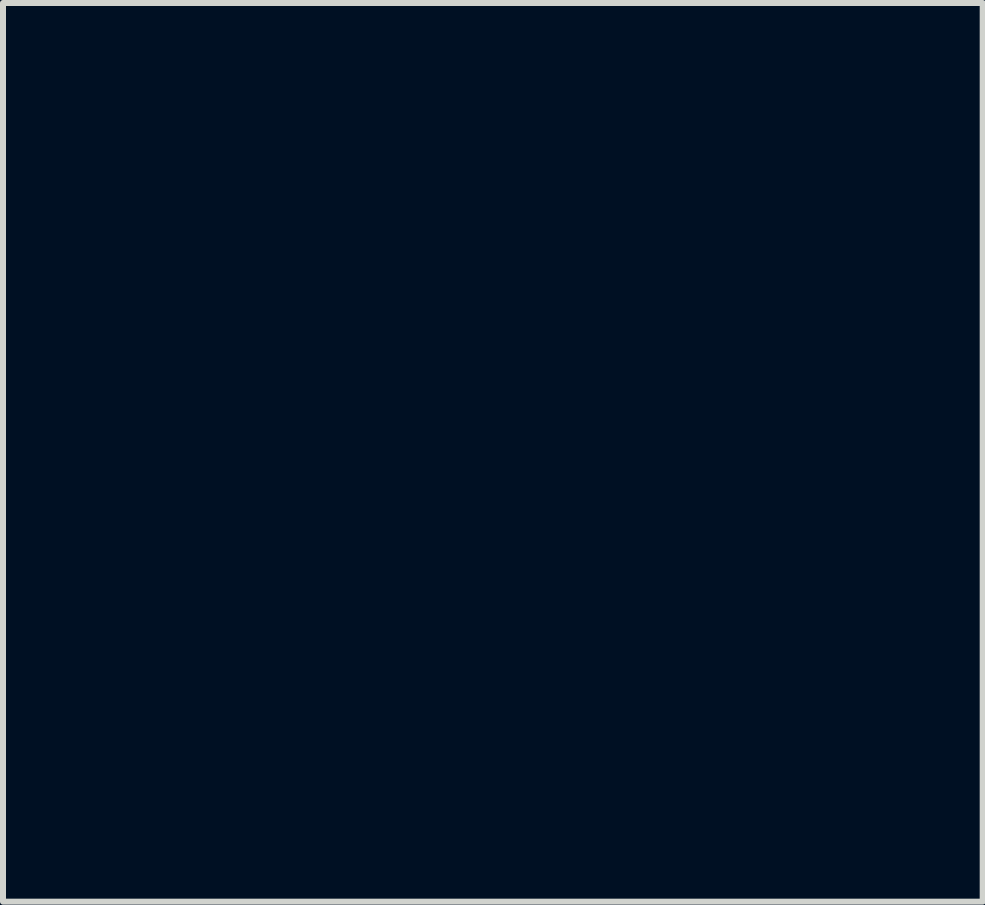
<source format=kicad_pcb>
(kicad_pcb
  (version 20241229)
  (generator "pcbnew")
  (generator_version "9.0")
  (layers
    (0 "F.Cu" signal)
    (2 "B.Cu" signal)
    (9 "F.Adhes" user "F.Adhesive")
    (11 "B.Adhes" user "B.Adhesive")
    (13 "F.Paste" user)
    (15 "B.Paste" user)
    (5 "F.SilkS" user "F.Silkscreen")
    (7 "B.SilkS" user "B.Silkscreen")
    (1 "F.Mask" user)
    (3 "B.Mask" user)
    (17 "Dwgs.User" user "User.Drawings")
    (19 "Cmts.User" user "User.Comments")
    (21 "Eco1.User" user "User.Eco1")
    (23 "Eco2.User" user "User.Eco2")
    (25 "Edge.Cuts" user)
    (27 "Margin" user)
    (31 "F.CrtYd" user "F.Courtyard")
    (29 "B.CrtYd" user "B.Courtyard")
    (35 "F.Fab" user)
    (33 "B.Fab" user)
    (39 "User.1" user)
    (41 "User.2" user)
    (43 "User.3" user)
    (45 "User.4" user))
  (footprint "TSCMask"
    (layer "F.Cu")
    (at 5.16 4.482)
    (property "Reference" "TSCMask" (at 0 0 0) (layer "F.Mask") (effects (font (size 1.524 1.524) (thickness 0.3))))
    (attr through_hole)
    (fp_poly (pts (xy -0.974 3.26) (xy -1.079 3.26) (xy -1.079 2.752) (xy -0.974 2.752) (xy -0.974 3.26)) (stroke (width 0.01) (type solid)) (fill yes) (layer "F.Mask"))
    (fp_poly (pts (xy 0.445 3.006) (xy 0.444 3.113) (xy 0.442 3.185) (xy 0.437 3.229) (xy 0.428 3.251) (xy 0.414 3.259) (xy 0.406 3.26) (xy 0.365 3.253) (xy 0.353 3.246) (xy 0.347 3.22) (xy 0.343 3.161) (xy 0.34 3.078) (xy 0.339 2.992) (xy 0.339 2.752) (xy 0.445 2.752) (xy 0.445 3.006)) (stroke (width 0.01) (type solid)) (fill yes) (layer "F.Mask"))
    (fp_poly (pts (xy 0.678 2.761) (xy 0.72 2.793) (xy 0.777 2.853) (xy 0.829 2.915) (xy 0.963 3.079) (xy 0.969 2.915) (xy 0.973 2.833) (xy 0.979 2.784) (xy 0.99 2.76) (xy 1.009 2.752) (xy 1.027 2.752) (xy 1.079 2.752) (xy 1.079 3.26) (xy 1.027 3.26) (xy 0.993 3.251) (xy 0.952 3.22) (xy 0.897 3.163) (xy 0.842 3.098) (xy 0.709 2.936) (xy 0.703 3.098) (xy 0.699 3.18) (xy 0.693 3.228) (xy 0.682 3.251) (xy 0.662 3.259) (xy 0.645 3.26) (xy 0.593 3.26) (xy 0.593 2.752) (xy 0.644 2.752) (xy 0.678 2.761)) (stroke (width 0.01) (type solid)) (fill yes) (layer "F.Mask"))
    (fp_poly (pts (xy -0.755 2.758) (xy -0.72 2.78) (xy -0.676 2.824) (xy -0.616 2.897) (xy -0.603 2.914) (xy -0.476 3.076) (xy -0.47 2.914) (xy -0.466 2.832) (xy -0.46 2.784) (xy -0.449 2.76) (xy -0.43 2.752) (xy -0.412 2.752) (xy -0.36 2.752) (xy -0.36 3.006) (xy -0.36 3.113) (xy -0.362 3.184) (xy -0.366 3.228) (xy -0.375 3.25) (xy -0.389 3.258) (xy -0.409 3.26) (xy -0.442 3.249) (xy -0.486 3.213) (xy -0.546 3.149) (xy -0.594 3.09) (xy -0.73 2.92) (xy -0.736 3.09) (xy -0.74 3.174) (xy -0.746 3.224) (xy -0.756 3.25) (xy -0.774 3.259) (xy -0.795 3.26) (xy -0.847 3.26) (xy -0.847 2.752) (xy -0.788 2.752) (xy -0.755 2.758)) (stroke (width 0.01) (type solid)) (fill yes) (layer "F.Mask"))
    (fp_poly (pts (xy 1.46 3.937) (xy 1.46 4.044) (xy 1.459 4.116) (xy 1.454 4.159) (xy 1.445 4.182) (xy 1.431 4.19) (xy 1.41 4.191) (xy 1.377 4.181) (xy 1.334 4.148) (xy 1.277 4.088) (xy 1.219 4.02) (xy 1.079 3.849) (xy 1.079 4.02) (xy 1.079 4.104) (xy 1.076 4.155) (xy 1.067 4.181) (xy 1.049 4.19) (xy 1.027 4.191) (xy 0.974 4.191) (xy 0.974 3.683) (xy 1.032 3.684) (xy 1.065 3.691) (xy 1.101 3.715) (xy 1.147 3.761) (xy 1.209 3.837) (xy 1.217 3.847) (xy 1.344 4.01) (xy 1.35 3.846) (xy 1.354 3.764) (xy 1.36 3.716) (xy 1.371 3.692) (xy 1.39 3.684) (xy 1.408 3.683) (xy 1.46 3.683) (xy 1.46 3.937)) (stroke (width 0.01) (type solid)) (fill yes) (layer "F.Mask"))
    (fp_poly (pts (xy -1.772 3.699) (xy -1.726 3.729) (xy -1.689 3.761) (xy -1.684 3.784) (xy -1.701 3.805) (xy -1.726 3.824) (xy -1.757 3.823) (xy -1.807 3.802) (xy -1.893 3.778) (xy -1.967 3.792) (xy -2.022 3.838) (xy -2.052 3.911) (xy -2.047 3.98) (xy -2.014 4.039) (xy -1.96 4.079) (xy -1.891 4.093) (xy -1.817 4.073) (xy -1.764 4.056) (xy -1.715 4.055) (xy -1.682 4.068) (xy -1.678 4.091) (xy -1.708 4.131) (xy -1.765 4.169) (xy -1.833 4.196) (xy -1.863 4.203) (xy -1.956 4.197) (xy -2.008 4.177) (xy -2.09 4.114) (xy -2.141 4.029) (xy -2.157 3.933) (xy -2.137 3.834) (xy -2.116 3.793) (xy -2.049 3.72) (xy -1.963 3.679) (xy -1.867 3.672) (xy -1.772 3.699)) (stroke (width 0.01) (type solid)) (fill yes) (layer "F.Mask"))
    (fp_poly (pts (xy 2.12 3.687) (xy 2.138 3.695) (xy 2.125 3.715) (xy 2.092 3.76) (xy 2.044 3.822) (xy 2.021 3.851) (xy 1.964 3.924) (xy 1.929 3.978) (xy 1.911 4.023) (xy 1.905 4.07) (xy 1.905 4.093) (xy 1.903 4.153) (xy 1.893 4.182) (xy 1.869 4.19) (xy 1.852 4.191) (xy 1.821 4.188) (xy 1.805 4.17) (xy 1.8 4.128) (xy 1.799 4.084) (xy 1.797 4.029) (xy 1.786 3.984) (xy 1.762 3.938) (xy 1.719 3.878) (xy 1.682 3.83) (xy 1.565 3.683) (xy 1.634 3.684) (xy 1.681 3.691) (xy 1.721 3.716) (xy 1.767 3.768) (xy 1.775 3.779) (xy 1.816 3.831) (xy 1.848 3.865) (xy 1.86 3.873) (xy 1.879 3.857) (xy 1.914 3.817) (xy 1.945 3.778) (xy 1.995 3.719) (xy 2.037 3.69) (xy 2.077 3.683) (xy 2.12 3.687)) (stroke (width 0.01) (type solid)) (fill yes) (layer "F.Mask"))
    (fp_poly (pts (xy 0.089 3.687) (xy 0.17 3.701) (xy 0.222 3.727) (xy 0.253 3.769) (xy 0.263 3.799) (xy 0.262 3.86) (xy 0.239 3.924) (xy 0.201 3.974) (xy 0.179 3.987) (xy 0.14 3.995) (xy 0.075 3.999) (xy 0.019 4) (xy -0.106 4) (xy -0.106 4.096) (xy -0.108 4.155) (xy -0.119 4.182) (xy -0.144 4.191) (xy -0.159 4.191) (xy -0.212 4.191) (xy -0.212 3.841) (xy -0.106 3.841) (xy -0.106 3.842) (xy -0.103 3.871) (xy -0.088 3.887) (xy -0.051 3.893) (xy 0.018 3.895) (xy 0.019 3.895) (xy 0.101 3.89) (xy 0.146 3.877) (xy 0.153 3.868) (xy 0.159 3.827) (xy 0.135 3.803) (xy 0.077 3.791) (xy 0.019 3.789) (xy -0.05 3.79) (xy -0.088 3.796) (xy -0.103 3.812) (xy -0.106 3.841) (xy -0.212 3.841) (xy -0.212 3.683) (xy -0.026 3.683) (xy 0.089 3.687)) (stroke (width 0.01) (type solid)) (fill yes) (layer "F.Mask"))
    (fp_poly (pts (xy -1.209 3.687) (xy -1.2 3.691) (xy -1.118 3.745) (xy -1.065 3.821) (xy -1.041 3.908) (xy -1.048 3.999) (xy -1.084 4.084) (xy -1.15 4.152) (xy -1.191 4.177) (xy -1.269 4.205) (xy -1.335 4.207) (xy -1.41 4.182) (xy -1.493 4.124) (xy -1.546 4.039) (xy -1.566 3.933) (xy -1.566 3.926) (xy -1.565 3.911) (xy -1.461 3.911) (xy -1.453 3.989) (xy -1.438 4.024) (xy -1.398 4.068) (xy -1.342 4.094) (xy -1.295 4.094) (xy -1.255 4.086) (xy -1.247 4.085) (xy -1.209 4.067) (xy -1.172 4.023) (xy -1.147 3.969) (xy -1.143 3.939) (xy -1.161 3.861) (xy -1.21 3.806) (xy -1.283 3.781) (xy -1.298 3.78) (xy -1.378 3.798) (xy -1.434 3.844) (xy -1.461 3.911) (xy -1.565 3.911) (xy -1.561 3.856) (xy -1.539 3.805) (xy -1.496 3.757) (xy -1.407 3.692) (xy -1.31 3.669) (xy -1.209 3.687)) (stroke (width 0.01) (type solid)) (fill yes) (layer "F.Mask"))
    (fp_poly (pts (xy 1.52 2.742) (xy 1.61 2.791) (xy 1.611 2.792) (xy 1.644 2.823) (xy 1.646 2.846) (xy 1.627 2.869) (xy 1.6 2.89) (xy 1.571 2.89) (xy 1.528 2.87) (xy 1.462 2.842) (xy 1.412 2.842) (xy 1.36 2.87) (xy 1.347 2.88) (xy 1.302 2.937) (xy 1.289 3.004) (xy 1.303 3.069) (xy 1.341 3.122) (xy 1.4 3.151) (xy 1.427 3.154) (xy 1.48 3.147) (xy 1.518 3.129) (xy 1.533 3.109) (xy 1.519 3.092) (xy 1.499 3.087) (xy 1.46 3.069) (xy 1.45 3.027) (xy 1.453 2.995) (xy 1.471 2.98) (xy 1.513 2.974) (xy 1.556 2.974) (xy 1.619 2.975) (xy 1.651 2.984) (xy 1.664 3.008) (xy 1.668 3.042) (xy 1.665 3.095) (xy 1.637 3.146) (xy 1.605 3.183) (xy 1.528 3.245) (xy 1.45 3.269) (xy 1.364 3.258) (xy 1.277 3.214) (xy 1.22 3.14) (xy 1.192 3.035) (xy 1.19 3.02) (xy 1.187 2.95) (xy 1.196 2.902) (xy 1.224 2.859) (xy 1.248 2.83) (xy 1.331 2.762) (xy 1.424 2.733) (xy 1.52 2.742)) (stroke (width 0.01) (type solid)) (fill yes) (layer "F.Mask"))
    (fp_poly (pts (xy -1.332 2.75) (xy -1.267 2.773) (xy -1.24 2.797) (xy -1.244 2.828) (xy -1.255 2.844) (xy -1.279 2.865) (xy -1.314 2.866) (xy -1.358 2.854) (xy -1.421 2.843) (xy -1.481 2.844) (xy -1.525 2.857) (xy -1.541 2.879) (xy -1.54 2.884) (xy -1.516 2.902) (xy -1.463 2.921) (xy -1.411 2.933) (xy -1.301 2.967) (xy -1.228 3.015) (xy -1.195 3.077) (xy -1.202 3.151) (xy -1.205 3.16) (xy -1.234 3.209) (xy -1.264 3.234) (xy -1.339 3.259) (xy -1.43 3.268) (xy -1.513 3.261) (xy -1.513 3.261) (xy -1.582 3.239) (xy -1.638 3.212) (xy -1.669 3.185) (xy -1.672 3.177) (xy -1.655 3.141) (xy -1.614 3.124) (xy -1.569 3.131) (xy -1.523 3.145) (xy -1.458 3.152) (xy -1.39 3.153) (xy -1.333 3.146) (xy -1.302 3.133) (xy -1.301 3.132) (xy -1.3 3.097) (xy -1.335 3.067) (xy -1.403 3.044) (xy -1.44 3.037) (xy -1.536 3.013) (xy -1.607 2.971) (xy -1.646 2.918) (xy -1.651 2.888) (xy -1.632 2.824) (xy -1.581 2.775) (xy -1.506 2.744) (xy -1.417 2.735) (xy -1.332 2.75)) (stroke (width 0.01) (type solid)) (fill yes) (layer "F.Mask"))
    (fp_poly (pts (xy 0.117 2.756) (xy 0.182 2.797) (xy 0.218 2.834) (xy 0.225 2.855) (xy 0.206 2.87) (xy 0.193 2.877) (xy 0.151 2.889) (xy 0.105 2.873) (xy 0.095 2.866) (xy 0.026 2.843) (xy -0.045 2.855) (xy -0.104 2.898) (xy -0.123 2.928) (xy -0.137 2.989) (xy -0.129 3.056) (xy -0.104 3.113) (xy -0.071 3.141) (xy -0.007 3.154) (xy 0.057 3.148) (xy 0.103 3.125) (xy 0.106 3.122) (xy 0.119 3.099) (xy 0.099 3.091) (xy 0.077 3.09) (xy 0.037 3.084) (xy 0.023 3.056) (xy 0.021 3.027) (xy 0.023 2.989) (xy 0.038 2.97) (xy 0.075 2.964) (xy 0.127 2.963) (xy 0.233 2.963) (xy 0.233 3.05) (xy 0.223 3.122) (xy 0.189 3.179) (xy 0.171 3.198) (xy 0.125 3.237) (xy 0.085 3.258) (xy 0.077 3.26) (xy 0.029 3.265) (xy 0.018 3.267) (xy -0.025 3.27) (xy -0.058 3.266) (xy -0.118 3.237) (xy -0.178 3.181) (xy -0.224 3.113) (xy -0.241 3.062) (xy -0.241 2.969) (xy -0.212 2.876) (xy -0.16 2.801) (xy -0.141 2.785) (xy -0.061 2.748) (xy 0.03 2.739) (xy 0.117 2.756)) (stroke (width 0.01) (type solid)) (fill yes) (layer "F.Mask"))
    (fp_poly (pts (xy -0.827 3.691) (xy -0.796 3.719) (xy -0.758 3.774) (xy -0.732 3.82) (xy -0.692 3.887) (xy -0.659 3.94) (xy -0.639 3.966) (xy -0.638 3.967) (xy -0.62 3.955) (xy -0.589 3.914) (xy -0.55 3.851) (xy -0.538 3.83) (xy -0.491 3.752) (xy -0.455 3.706) (xy -0.424 3.685) (xy -0.407 3.683) (xy -0.387 3.685) (xy -0.374 3.694) (xy -0.366 3.718) (xy -0.362 3.764) (xy -0.36 3.839) (xy -0.36 3.938) (xy -0.36 4.046) (xy -0.362 4.118) (xy -0.366 4.161) (xy -0.374 4.182) (xy -0.388 4.189) (xy -0.407 4.187) (xy -0.434 4.18) (xy -0.448 4.16) (xy -0.454 4.118) (xy -0.455 4.048) (xy -0.455 3.98) (xy -0.457 3.932) (xy -0.458 3.916) (xy -0.47 3.933) (xy -0.497 3.977) (xy -0.535 4.04) (xy -0.542 4.053) (xy -0.587 4.124) (xy -0.622 4.165) (xy -0.642 4.171) (xy -0.662 4.144) (xy -0.696 4.091) (xy -0.732 4.028) (xy -0.803 3.905) (xy -0.804 4.048) (xy -0.805 4.124) (xy -0.81 4.167) (xy -0.822 4.186) (xy -0.846 4.191) (xy -0.857 4.191) (xy -0.91 4.191) (xy -0.91 3.683) (xy -0.859 3.683) (xy -0.827 3.691)) (stroke (width 0.01) (type solid)) (fill yes) (layer "F.Mask"))
    (fp_poly (pts (xy 0.607 3.686) (xy 0.629 3.701) (xy 0.653 3.732) (xy 0.684 3.787) (xy 0.725 3.871) (xy 0.753 3.928) (xy 0.796 4.021) (xy 0.832 4.099) (xy 0.857 4.155) (xy 0.868 4.181) (xy 0.868 4.182) (xy 0.85 4.189) (xy 0.814 4.191) (xy 0.762 4.173) (xy 0.737 4.138) (xy 0.72 4.109) (xy 0.694 4.093) (xy 0.647 4.086) (xy 0.582 4.085) (xy 0.509 4.087) (xy 0.466 4.094) (xy 0.442 4.112) (xy 0.427 4.138) (xy 0.39 4.182) (xy 0.35 4.191) (xy 0.31 4.188) (xy 0.296 4.182) (xy 0.305 4.161) (xy 0.328 4.109) (xy 0.363 4.033) (xy 0.393 3.968) (xy 0.508 3.968) (xy 0.527 3.975) (xy 0.572 3.979) (xy 0.582 3.979) (xy 0.631 3.976) (xy 0.656 3.969) (xy 0.656 3.968) (xy 0.647 3.941) (xy 0.626 3.899) (xy 0.603 3.857) (xy 0.585 3.833) (xy 0.582 3.831) (xy 0.568 3.848) (xy 0.545 3.886) (xy 0.522 3.93) (xy 0.509 3.963) (xy 0.508 3.968) (xy 0.393 3.968) (xy 0.405 3.942) (xy 0.412 3.928) (xy 0.46 3.826) (xy 0.496 3.757) (xy 0.523 3.715) (xy 0.546 3.692) (xy 0.569 3.684) (xy 0.582 3.683) (xy 0.607 3.686)) (stroke (width 0.01) (type solid)) (fill yes) (layer "F.Mask"))
    (fp_poly (pts (xy 2.231 -4.476) (xy 2.313 -4.473) (xy 2.374 -4.465) (xy 2.424 -4.453) (xy 2.474 -4.433) (xy 2.498 -4.422) (xy 2.625 -4.342) (xy 2.739 -4.235) (xy 2.827 -4.113) (xy 2.84 -4.087) (xy 2.875 -3.982) (xy 2.89 -3.859) (xy 2.887 -3.732) (xy 2.864 -3.618) (xy 2.841 -3.562) (xy 2.758 -3.442) (xy 2.65 -3.339) (xy 2.542 -3.273) (xy 2.484 -3.25) (xy 2.42 -3.237) (xy 2.339 -3.23) (xy 2.235 -3.228) (xy 2.026 -3.228) (xy 2.039 -2.963) (xy 2.072 -2.634) (xy 2.141 -2.314) (xy 2.248 -1.995) (xy 2.28 -1.916) (xy 2.303 -1.864) (xy 2.342 -1.781) (xy 2.394 -1.673) (xy 2.457 -1.544) (xy 2.527 -1.401) (xy 2.602 -1.251) (xy 2.624 -1.206) (xy 2.746 -0.96) (xy 2.849 -0.745) (xy 2.934 -0.557) (xy 3.002 -0.391) (xy 3.056 -0.242) (xy 3.097 -0.105) (xy 3.127 0.025) (xy 3.146 0.154) (xy 3.158 0.285) (xy 3.162 0.424) (xy 3.163 0.476) (xy 3.161 0.615) (xy 3.157 0.723) (xy 3.149 0.812) (xy 3.135 0.893) (xy 3.115 0.978) (xy 3.02 1.271) (xy 2.897 1.534) (xy 2.745 1.768) (xy 2.565 1.971) (xy 2.359 2.142) (xy 2.16 2.263) (xy 2.02 2.329) (xy 1.877 2.381) (xy 1.725 2.42) (xy 1.555 2.448) (xy 1.364 2.466) (xy 1.143 2.474) (xy 0.888 2.474) (xy 0.87 2.474) (xy 0.707 2.472) (xy 0.583 2.471) (xy 0.493 2.473) (xy 0.433 2.477) (xy 0.399 2.484) (xy 0.386 2.492) (xy 0.393 2.499) (xy 0.419 2.505) (xy 0.469 2.51) (xy 0.544 2.514) (xy 0.649 2.517) (xy 0.787 2.52) (xy 0.96 2.522) (xy 1.171 2.524) (xy 1.21 2.524) (xy 2.043 2.529) (xy 2.048 2.947) (xy 2.054 3.365) (xy 2.292 3.366) (xy 2.39 3.367) (xy 2.473 3.371) (xy 2.532 3.377) (xy 2.556 3.383) (xy 2.565 3.398) (xy 2.571 3.434) (xy 2.576 3.493) (xy 2.578 3.582) (xy 2.579 3.703) (xy 2.578 3.86) (xy 2.577 3.938) (xy 2.572 4.477) (xy 0.009 4.482) (xy -0.317 4.483) (xy -0.631 4.483) (xy -0.931 4.483) (xy -1.214 4.483) (xy -1.477 4.483) (xy -1.718 4.482) (xy -1.934 4.481) (xy -2.123 4.48) (xy -2.283 4.479) (xy -2.409 4.478) (xy -2.5 4.476) (xy -2.554 4.475) (xy -2.568 4.473) (xy -2.572 4.449) (xy -2.575 4.388) (xy -2.578 4.297) (xy -2.581 4.181) (xy -2.582 4.046) (xy -2.582 3.925) (xy -2.582 3.759) (xy -2.581 3.631) (xy -2.579 3.535) (xy -2.576 3.471) (xy -2.477 3.471) (xy -2.477 4.381) (xy 2.477 4.381) (xy 2.477 3.471) (xy -2.477 3.471) (xy -2.576 3.471) (xy -2.576 3.467) (xy -2.571 3.422) (xy -2.564 3.395) (xy -2.555 3.382) (xy -2.549 3.378) (xy -2.515 3.373) (xy -2.449 3.369) (xy -2.361 3.366) (xy -2.285 3.365) (xy -2.054 3.365) (xy -2.048 2.947) (xy -2.043 2.529) (xy -1.206 2.519) (xy -0.985 2.515) (xy -0.798 2.511) (xy -0.647 2.506) (xy -0.532 2.501) (xy -0.453 2.496) (xy -0.412 2.49) (xy -0.409 2.485) (xy -0.445 2.48) (xy -0.52 2.475) (xy -0.636 2.472) (xy -0.792 2.469) (xy -0.99 2.467) (xy -1.003 2.466) (xy -1.204 2.464) (xy -1.369 2.46) (xy -1.506 2.453) (xy -1.621 2.442) (xy -1.722 2.426) (xy -1.814 2.404) (xy -1.907 2.375) (xy -2.005 2.339) (xy -2.049 2.321) (xy -2.265 2.211) (xy -2.467 2.063) (xy -2.65 1.883) (xy -2.812 1.672) (xy -2.949 1.435) (xy -3.061 1.175) (xy -3.116 0.999) (xy -3.142 0.87) (xy -3.158 0.713) (xy -3.166 0.538) (xy -3.164 0.396) (xy -3.066 0.396) (xy -3.065 0.543) (xy -3.063 0.577) (xy -3.031 0.872) (xy -2.961 1.149) (xy -2.854 1.406) (xy -2.711 1.643) (xy -2.532 1.858) (xy -2.461 1.927) (xy -2.318 2.049) (xy -2.169 2.149) (xy -2.011 2.228) (xy -1.836 2.287) (xy -1.641 2.329) (xy -1.419 2.356) (xy -1.165 2.368) (xy -1.008 2.369) (xy -0.874 2.368) (xy -0.747 2.365) (xy -0.637 2.362) (xy -0.553 2.357) (xy -0.504 2.352) (xy -0.453 2.345) (xy -0.416 2.347) (xy -0.381 2.364) (xy -0.336 2.401) (xy -0.285 2.448) (xy -0.217 2.518) (xy -0.181 2.568) (xy -0.177 2.593) (xy -0.184 2.601) (xy -0.203 2.607) (xy -0.235 2.613) (xy -0.286 2.617) (xy -0.358 2.62) (xy -0.456 2.622) (xy -0.583 2.623) (xy -0.743 2.624) (xy -0.94 2.625) (xy -1.068 2.625) (xy -1.947 2.625) (xy -1.947 3.366) (xy 1.937 3.355) (xy 1.943 2.99) (xy 1.948 2.625) (xy 1.064 2.62) (xy 0.18 2.614) (xy 0.173 2.566) (xy 0.176 2.53) (xy 0.188 2.519) (xy 0.214 2.505) (xy 0.259 2.469) (xy 0.305 2.427) (xy 0.4 2.334) (xy 0.523 2.354) (xy 0.581 2.36) (xy 0.673 2.364) (xy 0.791 2.366) (xy 0.925 2.367) (xy 1.069 2.365) (xy 1.111 2.364) (xy 1.312 2.358) (xy 1.478 2.349) (xy 1.617 2.335) (xy 1.737 2.315) (xy 1.844 2.288) (xy 1.947 2.252) (xy 2.021 2.221) (xy 2.232 2.107) (xy 2.429 1.956) (xy 2.605 1.774) (xy 2.758 1.566) (xy 2.882 1.338) (xy 2.894 1.311) (xy 2.957 1.153) (xy 3.002 1.01) (xy 3.032 0.869) (xy 3.049 0.717) (xy 3.056 0.538) (xy 3.056 0.497) (xy 3.056 0.364) (xy 3.05 0.242) (xy 3.038 0.126) (xy 3.019 0.011) (xy 2.99 -0.107) (xy 2.951 -0.233) (xy 2.899 -0.371) (xy 2.834 -0.526) (xy 2.754 -0.704) (xy 2.657 -0.907) (xy 2.542 -1.142) (xy 2.499 -1.228) (xy 2.388 -1.455) (xy 2.294 -1.65) (xy 2.217 -1.82) (xy 2.154 -1.969) (xy 2.102 -2.102) (xy 2.061 -2.226) (xy 2.026 -2.346) (xy 1.998 -2.467) (xy 1.987 -2.518) (xy 1.972 -2.61) (xy 1.958 -2.721) (xy 1.947 -2.843) (xy 1.938 -2.967) (xy 1.932 -3.086) (xy 1.93 -3.191) (xy 1.932 -3.275) (xy 1.939 -3.329) (xy 1.944 -3.342) (xy 1.963 -3.357) (xy 1.996 -3.36) (xy 2.055 -3.349) (xy 2.074 -3.344) (xy 2.218 -3.325) (xy 2.361 -3.334) (xy 2.493 -3.369) (xy 2.605 -3.427) (xy 2.66 -3.475) (xy 2.722 -3.563) (xy 2.768 -3.672) (xy 2.792 -3.783) (xy 2.794 -3.813) (xy 2.774 -3.962) (xy 2.717 -4.097) (xy 2.624 -4.212) (xy 2.498 -4.303) (xy 2.472 -4.317) (xy 2.41 -4.346) (xy 2.358 -4.365) (xy 2.302 -4.376) (xy 2.23 -4.38) (xy 2.129 -4.381) (xy 2.117 -4.381) (xy 2.011 -4.38) (xy 1.936 -4.376) (xy 1.878 -4.365) (xy 1.827 -4.348) (xy 1.783 -4.327) (xy 1.666 -4.249) (xy 1.56 -4.142) (xy 1.475 -4.019) (xy 1.438 -3.941) (xy 1.403 -3.839) (xy 1.375 -3.735) (xy 1.355 -3.623) (xy 1.34 -3.497) (xy 1.331 -3.348) (xy 1.326 -3.17) (xy 1.325 -2.995) (xy 1.325 -2.834) (xy 1.326 -2.707) (xy 1.329 -2.606) (xy 1.335 -2.521) (xy 1.343 -2.446) (xy 1.355 -2.371) (xy 1.372 -2.289) (xy 1.381 -2.244) (xy 1.468 -1.894) (xy 1.579 -1.527) (xy 1.712 -1.156) (xy 1.725 -1.122) (xy 1.8 -0.928) (xy 1.861 -0.77) (xy 1.911 -0.641) (xy 1.95 -0.537) (xy 1.98 -0.455) (xy 2.004 -0.388) (xy 2.022 -0.333) (xy 2.037 -0.284) (xy 2.05 -0.238) (xy 2.056 -0.214) (xy 2.089 -0.055) (xy 2.108 0.113) (xy 2.113 0.277) (xy 2.102 0.424) (xy 2.087 0.508) (xy 2.042 0.653) (xy 1.987 0.771) (xy 1.911 0.878) (xy 1.822 0.975) (xy 1.687 1.09) (xy 1.528 1.188) (xy 1.34 1.27) (xy 1.12 1.339) (xy 0.864 1.395) (xy 0.806 1.405) (xy 0.681 1.426) (xy 0.59 1.437) (xy 0.527 1.438) (xy 0.485 1.429) (xy 0.456 1.409) (xy 0.435 1.377) (xy 0.431 1.371) (xy 0.395 1.307) (xy 0.357 1.252) (xy 0.357 1.251) (xy 0.329 1.207) (xy 0.317 1.175) (xy 0.336 1.156) (xy 0.385 1.131) (xy 0.454 1.104) (xy 0.46 1.102) (xy 0.666 1.013) (xy 0.854 0.887) (xy 0.973 0.78) (xy 1.031 0.721) (xy 1.075 0.672) (xy 1.099 0.643) (xy 1.101 0.639) (xy 1.084 0.622) (xy 1.039 0.589) (xy 0.974 0.545) (xy 0.941 0.524) (xy 0.782 0.424) (xy 0.661 0.522) (xy 0.575 0.585) (xy 0.475 0.647) (xy 0.402 0.686) (xy 0.331 0.718) (xy 0.271 0.737) (xy 0.206 0.747) (xy 0.122 0.751) (xy 0.064 0.751) (xy -0.093 0.744) (xy -0.224 0.719) (xy -0.342 0.673) (xy -0.46 0.601) (xy -0.474 0.591) (xy -0.611 0.468) (xy -0.718 0.321) (xy -0.793 0.157) (xy -0.837 -0.018) (xy -0.846 -0.198) (xy -0.82 -0.376) (xy -0.757 -0.545) (xy -0.716 -0.619) (xy -0.62 -0.741) (xy -0.497 -0.854) (xy -0.362 -0.946) (xy -0.322 -0.967) (xy -0.267 -0.993) (xy -0.218 -1.01) (xy -0.164 -1.02) (xy -0.095 -1.025) (xy 0.001 -1.026) (xy 0.053 -1.027) (xy 0.165 -1.026) (xy 0.246 -1.022) (xy 0.306 -1.014) (xy 0.357 -1) (xy 0.409 -0.978) (xy 0.423 -0.972) (xy 0.502 -0.928) (xy 0.591 -0.87) (xy 0.663 -0.816) (xy 0.786 -0.715) (xy 0.934 -0.817) (xy 1.003 -0.865) (xy 1.056 -0.904) (xy 1.087 -0.928) (xy 1.091 -0.932) (xy 1.082 -0.955) (xy 1.047 -0.997) (xy 0.993 -1.052) (xy 0.928 -1.114) (xy 0.857 -1.174) (xy 0.789 -1.227) (xy 0.753 -1.252) (xy 0.666 -1.301) (xy 0.562 -1.349) (xy 0.467 -1.385) (xy 0.381 -1.414) (xy 0.33 -1.439) (xy 0.309 -1.463) (xy 0.307 -1.473) (xy 0.317 -1.496) (xy 0.351 -1.516) (xy 0.418 -1.537) (xy 0.459 -1.548) (xy 0.653 -1.61) (xy 0.812 -1.695) (xy 0.937 -1.803) (xy 1.031 -1.935) (xy 1.091 -2.085) (xy 1.116 -2.246) (xy 1.102 -2.407) (xy 1.048 -2.564) (xy 0.957 -2.71) (xy 0.893 -2.782) (xy 0.794 -2.867) (xy 0.675 -2.937) (xy 0.532 -2.993) (xy 0.36 -3.039) (xy 0.154 -3.075) (xy 0.032 -3.09) (xy -0.182 -3.12) (xy -0.356 -3.157) (xy -0.49 -3.2) (xy -0.587 -3.251) (xy -0.644 -3.306) (xy -0.676 -3.385) (xy -0.673 -3.472) (xy -0.638 -3.552) (xy -0.617 -3.577) (xy -0.566 -3.619) (xy -0.502 -3.65) (xy -0.419 -3.672) (xy -0.31 -3.687) (xy -0.166 -3.697) (xy -0.146 -3.698) (xy 0.102 -3.696) (xy 0.328 -3.663) (xy 0.544 -3.6) (xy 0.586 -3.584) (xy 0.654 -3.558) (xy 0.705 -3.541) (xy 0.727 -3.537) (xy 0.727 -3.538) (xy 0.753 -3.574) (xy 0.791 -3.628) (xy 0.834 -3.691) (xy 0.875 -3.754) (xy 0.909 -3.805) (xy 0.929 -3.835) (xy 0.931 -3.84) (xy 0.913 -3.854) (xy 0.864 -3.879) (xy 0.792 -3.911) (xy 0.707 -3.946) (xy 0.617 -3.982) (xy 0.532 -4.014) (xy 0.459 -4.038) (xy 0.442 -4.044) (xy 0.236 -4.086) (xy 0.018 -4.103) (xy -0.202 -4.095) (xy -0.414 -4.062) (xy -0.605 -4.005) (xy -0.675 -3.975) (xy -0.832 -3.884) (xy -0.95 -3.777) (xy -1.029 -3.654) (xy -1.07 -3.514) (xy -1.075 -3.377) (xy -1.053 -3.235) (xy -1.006 -3.118) (xy -0.927 -3.013) (xy -0.884 -2.971) (xy -0.808 -2.911) (xy -0.718 -2.861) (xy -0.606 -2.817) (xy -0.47 -2.779) (xy -0.303 -2.744) (xy -0.1 -2.712) (xy -0.005 -2.699) (xy 0.203 -2.667) (xy 0.372 -2.628) (xy 0.505 -2.581) (xy 0.605 -2.526) (xy 0.676 -2.461) (xy 0.699 -2.429) (xy 0.737 -2.331) (xy 0.735 -2.234) (xy 0.695 -2.142) (xy 0.618 -2.061) (xy 0.529 -2.006) (xy 0.413 -1.958) (xy 0.287 -1.926) (xy 0.14 -1.909) (xy -0.012 -1.905) (xy -0.256 -1.921) (xy -0.494 -1.966) (xy -0.716 -2.038) (xy -0.896 -2.127) (xy -0.989 -2.181) (xy -1.098 -2.024) (xy -1.146 -1.953) (xy -1.183 -1.896) (xy -1.204 -1.861) (xy -1.206 -1.855) (xy -1.188 -1.837) (xy -1.14 -1.806) (xy -1.069 -1.767) (xy -0.985 -1.725) (xy -0.896 -1.684) (xy -0.811 -1.647) (xy -0.769 -1.631) (xy -0.662 -1.597) (xy -0.54 -1.565) (xy -0.434 -1.544) (xy -0.319 -1.521) (xy -0.246 -1.496) (xy -0.216 -1.469) (xy -0.228 -1.44) (xy -0.282 -1.408) (xy -0.344 -1.385) (xy -0.555 -1.295) (xy -0.746 -1.171) (xy -0.912 -1.017) (xy -1.048 -0.838) (xy -1.151 -0.638) (xy -1.179 -0.563) (xy -1.219 -0.396) (xy -1.238 -0.21) (xy -1.236 -0.022) (xy -1.214 0.155) (xy -1.191 0.243) (xy -1.105 0.451) (xy -0.982 0.642) (xy -0.829 0.811) (xy -0.651 0.952) (xy -0.452 1.06) (xy -0.428 1.07) (xy -0.364 1.099) (xy -0.317 1.126) (xy -0.3 1.141) (xy -0.308 1.17) (xy -0.334 1.217) (xy -0.345 1.232) (xy -0.39 1.298) (xy -0.429 1.364) (xy -0.432 1.371) (xy -0.453 1.405) (xy -0.481 1.427) (xy -0.522 1.438) (xy -0.584 1.438) (xy -0.673 1.427) (xy -0.796 1.407) (xy -0.796 1.407) (xy -1.052 1.356) (xy -1.27 1.295) (xy -1.458 1.224) (xy -1.619 1.138) (xy -1.758 1.038) (xy -1.809 0.993) (xy -1.93 0.861) (xy -2.019 0.721) (xy -2.077 0.565) (xy -2.108 0.389) (xy -2.112 0.184) (xy -2.111 0.149) (xy -2.103 0.043) (xy -2.091 -0.058) (xy -2.071 -0.16) (xy -2.043 -0.271) (xy -2.005 -0.395) (xy -1.953 -0.54) (xy -1.888 -0.713) (xy -1.832 -0.857) (xy -1.695 -1.216) (xy -1.58 -1.545) (xy -1.487 -1.847) (xy -1.414 -2.129) (xy -1.362 -2.393) (xy -1.328 -2.646) (xy -1.312 -2.892) (xy -1.313 -3.135) (xy -1.331 -3.381) (xy -1.345 -3.503) (xy -1.382 -3.719) (xy -1.43 -3.898) (xy -1.492 -4.045) (xy -1.572 -4.164) (xy -1.67 -4.259) (xy -1.784 -4.333) (xy -1.85 -4.355) (xy -1.946 -4.37) (xy -2.06 -4.379) (xy -2.178 -4.38) (xy -2.29 -4.373) (xy -2.382 -4.359) (xy -2.408 -4.351) (xy -2.54 -4.287) (xy -2.65 -4.191) (xy -2.732 -4.073) (xy -2.782 -3.938) (xy -2.794 -3.826) (xy -2.782 -3.698) (xy -2.743 -3.591) (xy -2.678 -3.497) (xy -2.598 -3.419) (xy -2.505 -3.369) (xy -2.391 -3.342) (xy -2.265 -3.334) (xy -2.174 -3.336) (xy -2.093 -3.342) (xy -2.036 -3.349) (xy -2.027 -3.352) (xy -1.987 -3.356) (xy -1.958 -3.337) (xy -1.939 -3.291) (xy -1.931 -3.214) (xy -1.93 -3.101) (xy -1.934 -3.006) (xy -1.946 -2.831) (xy -1.965 -2.668) (xy -1.991 -2.512) (xy -2.027 -2.356) (xy -2.075 -2.196) (xy -2.137 -2.025) (xy -2.213 -1.839) (xy -2.306 -1.632) (xy -2.418 -1.399) (xy -2.518 -1.198) (xy -2.647 -0.939) (xy -2.755 -0.711) (xy -2.844 -0.511) (xy -2.916 -0.332) (xy -2.972 -0.171) (xy -3.013 -0.022) (xy -3.042 0.119) (xy -3.059 0.257) (xy -3.066 0.396) (xy -3.164 0.396) (xy -3.164 0.358) (xy -3.153 0.185) (xy -3.133 0.031) (xy -3.116 -0.049) (xy -3.085 -0.162) (xy -3.048 -0.278) (xy -3.002 -0.403) (xy -2.945 -0.541) (xy -2.876 -0.697) (xy -2.792 -0.876) (xy -2.691 -1.082) (xy -2.585 -1.294) (xy -2.461 -1.546) (xy -2.356 -1.767) (xy -2.27 -1.964) (xy -2.201 -2.142) (xy -2.147 -2.306) (xy -2.106 -2.463) (xy -2.075 -2.618) (xy -2.054 -2.777) (xy -2.041 -2.945) (xy -2.039 -2.985) (xy -2.026 -3.228) (xy -2.237 -3.228) (xy -2.338 -3.229) (xy -2.41 -3.234) (xy -2.466 -3.246) (xy -2.52 -3.266) (xy -2.573 -3.292) (xy -2.702 -3.38) (xy -2.802 -3.494) (xy -2.868 -3.627) (xy -2.899 -3.773) (xy -2.892 -3.926) (xy -2.859 -4.044) (xy -2.781 -4.191) (xy -2.669 -4.314) (xy -2.536 -4.404) (xy -2.48 -4.434) (xy -2.435 -4.454) (xy -2.389 -4.467) (xy -2.334 -4.473) (xy -2.258 -4.476) (xy -2.152 -4.477) (xy -2.127 -4.477) (xy -2.011 -4.476) (xy -1.928 -4.473) (xy -1.868 -4.467) (xy -1.82 -4.455) (xy -1.776 -4.438) (xy -1.749 -4.424) (xy -1.593 -4.322) (xy -1.466 -4.189) (xy -1.368 -4.025) (xy -1.305 -3.858) (xy -1.265 -3.685) (xy -1.236 -3.48) (xy -1.219 -3.254) (xy -1.212 -3.017) (xy -1.218 -2.777) (xy -1.236 -2.545) (xy -1.265 -2.331) (xy -1.269 -2.313) (xy -1.313 -2.106) (xy -1.373 -1.873) (xy -1.446 -1.625) (xy -1.529 -1.372) (xy -1.618 -1.125) (xy -1.632 -1.09) (xy -1.719 -0.863) (xy -1.792 -0.671) (xy -1.852 -0.509) (xy -1.9 -0.372) (xy -1.937 -0.258) (xy -1.965 -0.16) (xy -1.985 -0.074) (xy -1.998 0.003) (xy -2.006 0.077) (xy -2.01 0.152) (xy -2.011 0.229) (xy -1.995 0.436) (xy -1.947 0.619) (xy -1.866 0.779) (xy -1.751 0.916) (xy -1.6 1.034) (xy -1.413 1.132) (xy -1.188 1.213) (xy -1.175 1.217) (xy -1.079 1.242) (xy -0.967 1.267) (xy -0.85 1.292) (xy -0.738 1.312) (xy -0.643 1.327) (xy -0.576 1.333) (xy -0.568 1.333) (xy -0.544 1.319) (xy -0.511 1.285) (xy -0.477 1.242) (xy -0.453 1.203) (xy -0.447 1.179) (xy -0.449 1.177) (xy -0.665 1.064) (xy -0.858 0.92) (xy -1.025 0.75) (xy -1.161 0.557) (xy -1.262 0.348) (xy -1.283 0.29) (xy -1.32 0.134) (xy -1.34 -0.042) (xy -1.342 -0.225) (xy -1.327 -0.396) (xy -1.304 -0.506) (xy -1.225 -0.721) (xy -1.11 -0.923) (xy -0.966 -1.106) (xy -0.798 -1.263) (xy -0.611 -1.387) (xy -0.583 -1.402) (xy -0.498 -1.445) (xy -0.604 -1.472) (xy -0.712 -1.505) (xy -0.829 -1.547) (xy -0.947 -1.597) (xy -1.061 -1.65) (xy -1.163 -1.703) (xy -1.247 -1.753) (xy -1.306 -1.797) (xy -1.333 -1.831) (xy -1.333 -1.837) (xy -1.322 -1.864) (xy -1.291 -1.917) (xy -1.246 -1.987) (xy -1.194 -2.065) (xy -1.14 -2.143) (xy -1.09 -2.211) (xy -1.05 -2.262) (xy -1.029 -2.284) (xy -1.004 -2.294) (xy -0.967 -2.285) (xy -0.908 -2.253) (xy -0.893 -2.244) (xy -0.687 -2.137) (xy -0.47 -2.064) (xy -0.237 -2.024) (xy 0.019 -2.015) (xy 0.06 -2.016) (xy 0.224 -2.027) (xy 0.353 -2.045) (xy 0.452 -2.073) (xy 0.526 -2.112) (xy 0.582 -2.163) (xy 0.625 -2.239) (xy 0.633 -2.316) (xy 0.607 -2.385) (xy 0.587 -2.407) (xy 0.534 -2.449) (xy 0.474 -2.485) (xy 0.399 -2.514) (xy 0.305 -2.541) (xy 0.184 -2.565) (xy 0.03 -2.59) (xy -0.065 -2.604) (xy -0.289 -2.638) (xy -0.475 -2.675) (xy -0.629 -2.717) (xy -0.755 -2.764) (xy -0.859 -2.82) (xy -0.945 -2.885) (xy -0.994 -2.933) (xy -1.081 -3.042) (xy -1.137 -3.149) (xy -1.166 -3.27) (xy -1.175 -3.408) (xy -1.173 -3.506) (xy -1.164 -3.578) (xy -1.146 -3.64) (xy -1.115 -3.709) (xy -1.025 -3.845) (xy -0.896 -3.963) (xy -0.736 -4.059) (xy -0.614 -4.114) (xy -0.5 -4.154) (xy -0.383 -4.179) (xy -0.251 -4.194) (xy -0.094 -4.199) (xy -0.021 -4.199) (xy 0.108 -4.198) (xy 0.207 -4.194) (xy 0.286 -4.186) (xy 0.358 -4.172) (xy 0.435 -4.152) (xy 0.474 -4.141) (xy 0.604 -4.097) (xy 0.733 -4.047) (xy 0.852 -3.994) (xy 0.949 -3.944) (xy 1.016 -3.9) (xy 1.016 -3.9) (xy 1.069 -3.856) (xy 0.922 -3.642) (xy 0.864 -3.558) (xy 0.814 -3.488) (xy 0.777 -3.438) (xy 0.757 -3.415) (xy 0.757 -3.415) (xy 0.729 -3.417) (xy 0.675 -3.434) (xy 0.613 -3.459) (xy 0.431 -3.53) (xy 0.249 -3.574) (xy 0.055 -3.594) (xy -0.125 -3.595) (xy -0.28 -3.586) (xy -0.396 -3.571) (xy -0.48 -3.547) (xy -0.533 -3.513) (xy -0.561 -3.467) (xy -0.567 -3.437) (xy -0.562 -3.387) (xy -0.535 -3.343) (xy -0.481 -3.306) (xy -0.398 -3.273) (xy -0.284 -3.244) (xy -0.133 -3.217) (xy 0.056 -3.19) (xy 0.087 -3.187) (xy 0.313 -3.153) (xy 0.503 -3.11) (xy 0.661 -3.056) (xy 0.795 -2.99) (xy 0.908 -2.908) (xy 0.974 -2.845) (xy 1.091 -2.695) (xy 1.172 -2.533) (xy 1.214 -2.364) (xy 1.217 -2.194) (xy 1.206 -2.125) (xy 1.149 -1.945) (xy 1.057 -1.789) (xy 0.931 -1.658) (xy 0.774 -1.554) (xy 0.688 -1.514) (xy 0.571 -1.467) (xy 0.714 -1.395) (xy 0.818 -1.334) (xy 0.927 -1.247) (xy 1.042 -1.14) (xy 1.114 -1.067) (xy 1.172 -1.002) (xy 1.212 -0.953) (xy 1.228 -0.926) (xy 1.228 -0.926) (xy 1.211 -0.905) (xy 1.168 -0.867) (xy 1.104 -0.817) (xy 1.03 -0.761) (xy 0.952 -0.705) (xy 0.878 -0.655) (xy 0.817 -0.616) (xy 0.777 -0.595) (xy 0.768 -0.593) (xy 0.744 -0.606) (xy 0.7 -0.643) (xy 0.644 -0.694) (xy 0.637 -0.701) (xy 0.49 -0.815) (xy 0.33 -0.893) (xy 0.161 -0.935) (xy -0.009 -0.939) (xy -0.177 -0.907) (xy -0.336 -0.839) (xy -0.481 -0.733) (xy -0.527 -0.688) (xy -0.613 -0.59) (xy -0.671 -0.499) (xy -0.707 -0.403) (xy -0.725 -0.29) (xy -0.73 -0.148) (xy -0.73 -0.148) (xy -0.729 -0.042) (xy -0.724 0.034) (xy -0.713 0.094) (xy -0.694 0.15) (xy -0.673 0.195) (xy -0.595 0.323) (xy -0.487 0.443) (xy -0.363 0.542) (xy -0.28 0.588) (xy -0.214 0.616) (xy -0.153 0.633) (xy -0.083 0.642) (xy 0.012 0.645) (xy 0.042 0.645) (xy 0.142 0.644) (xy 0.215 0.638) (xy 0.275 0.624) (xy 0.338 0.6) (xy 0.381 0.58) (xy 0.47 0.53) (xy 0.566 0.464) (xy 0.639 0.404) (xy 0.688 0.359) (xy 0.725 0.329) (xy 0.758 0.315) (xy 0.795 0.318) (xy 0.842 0.339) (xy 0.908 0.379) (xy 0.999 0.44) (xy 1.042 0.47) (xy 1.122 0.526) (xy 1.183 0.575) (xy 1.22 0.613) (xy 1.228 0.628) (xy 1.213 0.655) (xy 1.174 0.705) (xy 1.117 0.77) (xy 1.046 0.843) (xy 1.042 0.847) (xy 0.952 0.934) (xy 0.876 0.999) (xy 0.803 1.05) (xy 0.719 1.097) (xy 0.662 1.124) (xy 0.581 1.164) (xy 0.516 1.197) (xy 0.476 1.22) (xy 0.467 1.228) (xy 0.478 1.25) (xy 0.506 1.289) (xy 0.506 1.29) (xy 0.546 1.341) (xy 0.773 1.304) (xy 1.027 1.255) (xy 1.245 1.195) (xy 1.43 1.123) (xy 1.586 1.037) (xy 1.718 0.935) (xy 1.776 0.877) (xy 1.86 0.779) (xy 1.921 0.687) (xy 1.962 0.59) (xy 1.986 0.477) (xy 1.997 0.34) (xy 1.999 0.233) (xy 1.998 0.126) (xy 1.993 0.029) (xy 1.982 -0.064) (xy 1.963 -0.159) (xy 1.935 -0.264) (xy 1.897 -0.384) (xy 1.846 -0.526) (xy 1.781 -0.695) (xy 1.726 -0.834) (xy 1.599 -1.164) (xy 1.493 -1.464) (xy 1.405 -1.737) (xy 1.335 -1.989) (xy 1.282 -2.226) (xy 1.243 -2.453) (xy 1.219 -2.674) (xy 1.208 -2.895) (xy 1.207 -2.995) (xy 1.212 -3.195) (xy 1.227 -3.396) (xy 1.251 -3.588) (xy 1.282 -3.762) (xy 1.319 -3.91) (xy 1.345 -3.987) (xy 1.427 -4.141) (xy 1.539 -4.276) (xy 1.673 -4.382) (xy 1.728 -4.414) (xy 1.783 -4.44) (xy 1.83 -4.458) (xy 1.88 -4.469) (xy 1.943 -4.474) (xy 2.031 -4.476) (xy 2.117 -4.477) (xy 2.231 -4.476)) (stroke (width 0.01) (type solid)) (fill yes) (layer "F.Mask")))
  (gr_rect
    (start -3 -3)
    (end 13.32 11.97)
    (stroke (width 0.1) (type default))
    (fill no)
    (layer "Edge.Cuts")))
</source>
